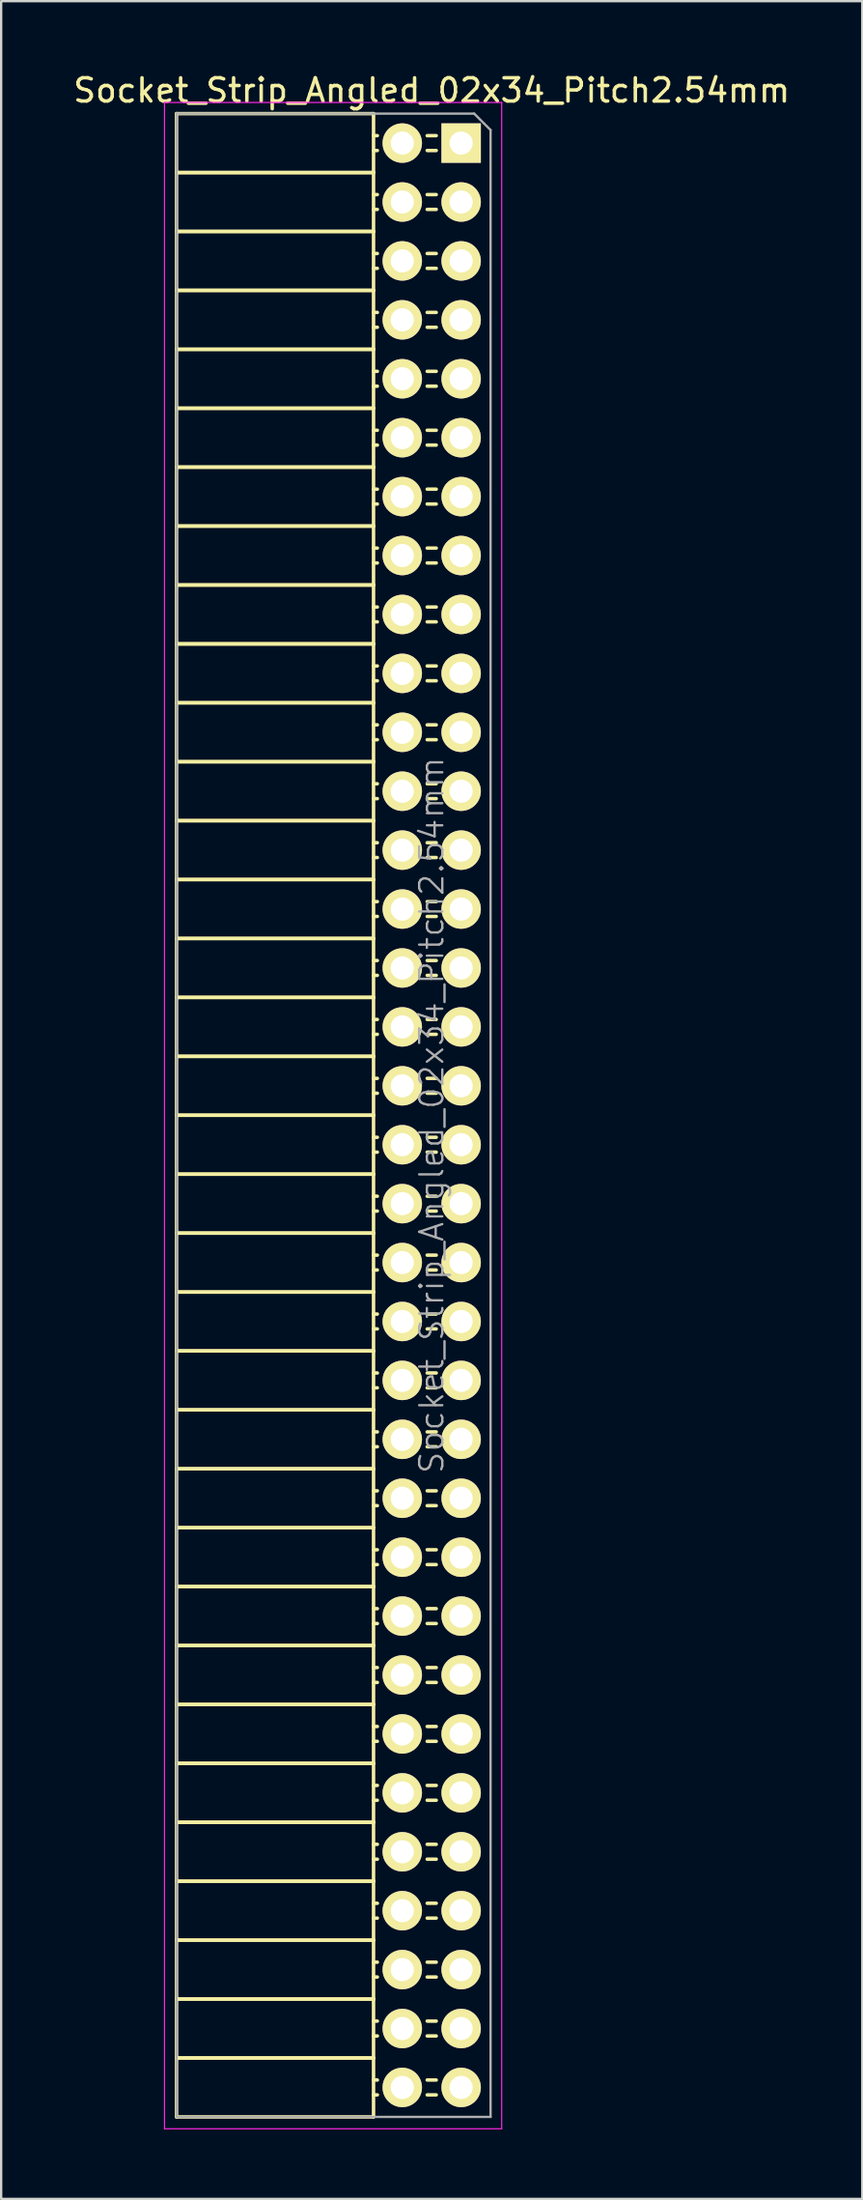
<source format=kicad_pcb>
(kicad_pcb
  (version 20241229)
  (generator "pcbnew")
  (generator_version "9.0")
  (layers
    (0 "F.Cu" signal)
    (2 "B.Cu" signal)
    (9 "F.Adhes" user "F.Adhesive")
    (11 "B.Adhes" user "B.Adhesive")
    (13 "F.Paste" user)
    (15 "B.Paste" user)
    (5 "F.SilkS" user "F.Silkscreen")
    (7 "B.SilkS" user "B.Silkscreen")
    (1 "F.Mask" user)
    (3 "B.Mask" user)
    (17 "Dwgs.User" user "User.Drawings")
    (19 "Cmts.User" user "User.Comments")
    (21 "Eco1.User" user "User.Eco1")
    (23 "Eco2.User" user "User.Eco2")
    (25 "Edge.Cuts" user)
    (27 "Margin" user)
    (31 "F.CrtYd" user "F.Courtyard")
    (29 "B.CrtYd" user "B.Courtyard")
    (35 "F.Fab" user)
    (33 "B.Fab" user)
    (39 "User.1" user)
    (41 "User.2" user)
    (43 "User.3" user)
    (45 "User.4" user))
  (footprint "Socket_Strip_Angled_02x34_Pitch2.54mm"
    (layer "F.Cu")
    (at 16.847 3.118)
    (property "Reference" "Socket_Strip_Angled_02x34_Pitch2.54mm" (at -1.27 -2.27 0) (layer "F.SilkS") (effects (font (size 1 1) (thickness 0.15))))
    (attr smd)
    (fp_line (start -12.28 -1.27) (end -12.28 1.27) (stroke (width 0.15) (type solid)) (layer "F.SilkS"))
    (fp_line (start -12.28 -1.27) (end -3.78 -1.27) (stroke (width 0.15) (type solid)) (layer "F.SilkS"))
    (fp_line (start -12.28 1.27) (end -12.28 3.81) (stroke (width 0.15) (type solid)) (layer "F.SilkS"))
    (fp_line (start -12.28 1.27) (end -3.78 1.27) (stroke (width 0.15) (type solid)) (layer "F.SilkS"))
    (fp_line (start -12.28 1.27) (end -3.78 1.27) (stroke (width 0.15) (type solid)) (layer "F.SilkS"))
    (fp_line (start -12.28 3.81) (end -12.28 6.35) (stroke (width 0.15) (type solid)) (layer "F.SilkS"))
    (fp_line (start -12.28 3.81) (end -3.78 3.81) (stroke (width 0.15) (type solid)) (layer "F.SilkS"))
    (fp_line (start -12.28 3.81) (end -3.78 3.81) (stroke (width 0.15) (type solid)) (layer "F.SilkS"))
    (fp_line (start -12.28 6.35) (end -12.28 8.89) (stroke (width 0.15) (type solid)) (layer "F.SilkS"))
    (fp_line (start -12.28 6.35) (end -3.78 6.35) (stroke (width 0.15) (type solid)) (layer "F.SilkS"))
    (fp_line (start -12.28 6.35) (end -3.78 6.35) (stroke (width 0.15) (type solid)) (layer "F.SilkS"))
    (fp_line (start -12.28 8.89) (end -12.28 11.43) (stroke (width 0.15) (type solid)) (layer "F.SilkS"))
    (fp_line (start -12.28 8.89) (end -3.78 8.89) (stroke (width 0.15) (type solid)) (layer "F.SilkS"))
    (fp_line (start -12.28 8.89) (end -3.78 8.89) (stroke (width 0.15) (type solid)) (layer "F.SilkS"))
    (fp_line (start -12.28 11.43) (end -12.28 13.97) (stroke (width 0.15) (type solid)) (layer "F.SilkS"))
    (fp_line (start -12.28 11.43) (end -3.78 11.43) (stroke (width 0.15) (type solid)) (layer "F.SilkS"))
    (fp_line (start -12.28 11.43) (end -3.78 11.43) (stroke (width 0.15) (type solid)) (layer "F.SilkS"))
    (fp_line (start -12.28 13.97) (end -12.28 16.51) (stroke (width 0.15) (type solid)) (layer "F.SilkS"))
    (fp_line (start -12.28 13.97) (end -3.78 13.97) (stroke (width 0.15) (type solid)) (layer "F.SilkS"))
    (fp_line (start -12.28 13.97) (end -3.78 13.97) (stroke (width 0.15) (type solid)) (layer "F.SilkS"))
    (fp_line (start -12.28 16.51) (end -12.28 19.05) (stroke (width 0.15) (type solid)) (layer "F.SilkS"))
    (fp_line (start -12.28 16.51) (end -3.78 16.51) (stroke (width 0.15) (type solid)) (layer "F.SilkS"))
    (fp_line (start -12.28 16.51) (end -3.78 16.51) (stroke (width 0.15) (type solid)) (layer "F.SilkS"))
    (fp_line (start -12.28 19.05) (end -12.28 21.59) (stroke (width 0.15) (type solid)) (layer "F.SilkS"))
    (fp_line (start -12.28 19.05) (end -3.78 19.05) (stroke (width 0.15) (type solid)) (layer "F.SilkS"))
    (fp_line (start -12.28 19.05) (end -3.78 19.05) (stroke (width 0.15) (type solid)) (layer "F.SilkS"))
    (fp_line (start -12.28 21.59) (end -12.28 24.13) (stroke (width 0.15) (type solid)) (layer "F.SilkS"))
    (fp_line (start -12.28 21.59) (end -3.78 21.59) (stroke (width 0.15) (type solid)) (layer "F.SilkS"))
    (fp_line (start -12.28 21.59) (end -3.78 21.59) (stroke (width 0.15) (type solid)) (layer "F.SilkS"))
    (fp_line (start -12.28 24.13) (end -12.28 26.67) (stroke (width 0.15) (type solid)) (layer "F.SilkS"))
    (fp_line (start -12.28 24.13) (end -3.78 24.13) (stroke (width 0.15) (type solid)) (layer "F.SilkS"))
    (fp_line (start -12.28 24.13) (end -3.78 24.13) (stroke (width 0.15) (type solid)) (layer "F.SilkS"))
    (fp_line (start -12.28 26.67) (end -12.28 29.21) (stroke (width 0.15) (type solid)) (layer "F.SilkS"))
    (fp_line (start -12.28 26.67) (end -3.78 26.67) (stroke (width 0.15) (type solid)) (layer "F.SilkS"))
    (fp_line (start -12.28 26.67) (end -3.78 26.67) (stroke (width 0.15) (type solid)) (layer "F.SilkS"))
    (fp_line (start -12.28 29.21) (end -12.28 31.75) (stroke (width 0.15) (type solid)) (layer "F.SilkS"))
    (fp_line (start -12.28 29.21) (end -3.78 29.21) (stroke (width 0.15) (type solid)) (layer "F.SilkS"))
    (fp_line (start -12.28 29.21) (end -3.78 29.21) (stroke (width 0.15) (type solid)) (layer "F.SilkS"))
    (fp_line (start -12.28 31.75) (end -12.28 34.29) (stroke (width 0.15) (type solid)) (layer "F.SilkS"))
    (fp_line (start -12.28 31.75) (end -3.78 31.75) (stroke (width 0.15) (type solid)) (layer "F.SilkS"))
    (fp_line (start -12.28 31.75) (end -3.78 31.75) (stroke (width 0.15) (type solid)) (layer "F.SilkS"))
    (fp_line (start -12.28 34.29) (end -12.28 36.83) (stroke (width 0.15) (type solid)) (layer "F.SilkS"))
    (fp_line (start -12.28 34.29) (end -3.78 34.29) (stroke (width 0.15) (type solid)) (layer "F.SilkS"))
    (fp_line (start -12.28 34.29) (end -3.78 34.29) (stroke (width 0.15) (type solid)) (layer "F.SilkS"))
    (fp_line (start -12.28 36.83) (end -12.28 39.37) (stroke (width 0.15) (type solid)) (layer "F.SilkS"))
    (fp_line (start -12.28 36.83) (end -3.78 36.83) (stroke (width 0.15) (type solid)) (layer "F.SilkS"))
    (fp_line (start -12.28 36.83) (end -3.78 36.83) (stroke (width 0.15) (type solid)) (layer "F.SilkS"))
    (fp_line (start -12.28 39.37) (end -12.28 41.91) (stroke (width 0.15) (type solid)) (layer "F.SilkS"))
    (fp_line (start -12.28 39.37) (end -3.78 39.37) (stroke (width 0.15) (type solid)) (layer "F.SilkS"))
    (fp_line (start -12.28 39.37) (end -3.78 39.37) (stroke (width 0.15) (type solid)) (layer "F.SilkS"))
    (fp_line (start -12.28 41.91) (end -12.28 44.45) (stroke (width 0.15) (type solid)) (layer "F.SilkS"))
    (fp_line (start -12.28 41.91) (end -3.78 41.91) (stroke (width 0.15) (type solid)) (layer "F.SilkS"))
    (fp_line (start -12.28 41.91) (end -3.78 41.91) (stroke (width 0.15) (type solid)) (layer "F.SilkS"))
    (fp_line (start -12.28 44.45) (end -12.28 46.99) (stroke (width 0.15) (type solid)) (layer "F.SilkS"))
    (fp_line (start -12.28 44.45) (end -3.78 44.45) (stroke (width 0.15) (type solid)) (layer "F.SilkS"))
    (fp_line (start -12.28 44.45) (end -3.78 44.45) (stroke (width 0.15) (type solid)) (layer "F.SilkS"))
    (fp_line (start -12.28 46.99) (end -12.28 49.53) (stroke (width 0.15) (type solid)) (layer "F.SilkS"))
    (fp_line (start -12.28 46.99) (end -3.78 46.99) (stroke (width 0.15) (type solid)) (layer "F.SilkS"))
    (fp_line (start -12.28 46.99) (end -3.78 46.99) (stroke (width 0.15) (type solid)) (layer "F.SilkS"))
    (fp_line (start -12.28 49.53) (end -12.28 52.07) (stroke (width 0.15) (type solid)) (layer "F.SilkS"))
    (fp_line (start -12.28 49.53) (end -3.78 49.53) (stroke (width 0.15) (type solid)) (layer "F.SilkS"))
    (fp_line (start -12.28 49.53) (end -3.78 49.53) (stroke (width 0.15) (type solid)) (layer "F.SilkS"))
    (fp_line (start -12.28 52.07) (end -12.28 54.61) (stroke (width 0.15) (type solid)) (layer "F.SilkS"))
    (fp_line (start -12.28 52.07) (end -3.78 52.07) (stroke (width 0.15) (type solid)) (layer "F.SilkS"))
    (fp_line (start -12.28 52.07) (end -3.78 52.07) (stroke (width 0.15) (type solid)) (layer "F.SilkS"))
    (fp_line (start -12.28 54.61) (end -12.28 57.15) (stroke (width 0.15) (type solid)) (layer "F.SilkS"))
    (fp_line (start -12.28 54.61) (end -3.78 54.61) (stroke (width 0.15) (type solid)) (layer "F.SilkS"))
    (fp_line (start -12.28 54.61) (end -3.78 54.61) (stroke (width 0.15) (type solid)) (layer "F.SilkS"))
    (fp_line (start -12.28 57.15) (end -12.28 59.69) (stroke (width 0.15) (type solid)) (layer "F.SilkS"))
    (fp_line (start -12.28 57.15) (end -3.78 57.15) (stroke (width 0.15) (type solid)) (layer "F.SilkS"))
    (fp_line (start -12.28 57.15) (end -3.78 57.15) (stroke (width 0.15) (type solid)) (layer "F.SilkS"))
    (fp_line (start -12.28 59.69) (end -12.28 62.23) (stroke (width 0.15) (type solid)) (layer "F.SilkS"))
    (fp_line (start -12.28 59.69) (end -3.78 59.69) (stroke (width 0.15) (type solid)) (layer "F.SilkS"))
    (fp_line (start -12.28 59.69) (end -3.78 59.69) (stroke (width 0.15) (type solid)) (layer "F.SilkS"))
    (fp_line (start -12.28 62.23) (end -12.28 64.77) (stroke (width 0.15) (type solid)) (layer "F.SilkS"))
    (fp_line (start -12.28 62.23) (end -3.78 62.23) (stroke (width 0.15) (type solid)) (layer "F.SilkS"))
    (fp_line (start -12.28 62.23) (end -3.78 62.23) (stroke (width 0.15) (type solid)) (layer "F.SilkS"))
    (fp_line (start -12.28 64.77) (end -12.28 67.31) (stroke (width 0.15) (type solid)) (layer "F.SilkS"))
    (fp_line (start -12.28 64.77) (end -3.78 64.77) (stroke (width 0.15) (type solid)) (layer "F.SilkS"))
    (fp_line (start -12.28 64.77) (end -3.78 64.77) (stroke (width 0.15) (type solid)) (layer "F.SilkS"))
    (fp_line (start -12.28 67.31) (end -12.28 69.85) (stroke (width 0.15) (type solid)) (layer "F.SilkS"))
    (fp_line (start -12.28 67.31) (end -3.78 67.31) (stroke (width 0.15) (type solid)) (layer "F.SilkS"))
    (fp_line (start -12.28 67.31) (end -3.78 67.31) (stroke (width 0.15) (type solid)) (layer "F.SilkS"))
    (fp_line (start -12.28 69.85) (end -12.28 72.39) (stroke (width 0.15) (type solid)) (layer "F.SilkS"))
    (fp_line (start -12.28 69.85) (end -3.78 69.85) (stroke (width 0.15) (type solid)) (layer "F.SilkS"))
    (fp_line (start -12.28 69.85) (end -3.78 69.85) (stroke (width 0.15) (type solid)) (layer "F.SilkS"))
    (fp_line (start -12.28 72.39) (end -12.28 74.93) (stroke (width 0.15) (type solid)) (layer "F.SilkS"))
    (fp_line (start -12.28 72.39) (end -3.78 72.39) (stroke (width 0.15) (type solid)) (layer "F.SilkS"))
    (fp_line (start -12.28 72.39) (end -3.78 72.39) (stroke (width 0.15) (type solid)) (layer "F.SilkS"))
    (fp_line (start -12.28 74.93) (end -12.28 77.47) (stroke (width 0.15) (type solid)) (layer "F.SilkS"))
    (fp_line (start -12.28 74.93) (end -3.78 74.93) (stroke (width 0.15) (type solid)) (layer "F.SilkS"))
    (fp_line (start -12.28 74.93) (end -3.78 74.93) (stroke (width 0.15) (type solid)) (layer "F.SilkS"))
    (fp_line (start -12.28 77.47) (end -12.28 80.01) (stroke (width 0.15) (type solid)) (layer "F.SilkS"))
    (fp_line (start -12.28 77.47) (end -3.78 77.47) (stroke (width 0.15) (type solid)) (layer "F.SilkS"))
    (fp_line (start -12.28 77.47) (end -3.78 77.47) (stroke (width 0.15) (type solid)) (layer "F.SilkS"))
    (fp_line (start -12.28 80.01) (end -12.28 82.55) (stroke (width 0.15) (type solid)) (layer "F.SilkS"))
    (fp_line (start -12.28 80.01) (end -3.78 80.01) (stroke (width 0.15) (type solid)) (layer "F.SilkS"))
    (fp_line (start -12.28 80.01) (end -3.78 80.01) (stroke (width 0.15) (type solid)) (layer "F.SilkS"))
    (fp_line (start -12.28 82.55) (end -12.28 85.09) (stroke (width 0.15) (type solid)) (layer "F.SilkS"))
    (fp_line (start -12.28 82.55) (end -3.78 82.55) (stroke (width 0.15) (type solid)) (layer "F.SilkS"))
    (fp_line (start -12.28 82.55) (end -3.78 82.55) (stroke (width 0.15) (type solid)) (layer "F.SilkS"))
    (fp_line (start -12.28 85.09) (end -3.78 85.09) (stroke (width 0.15) (type solid)) (layer "F.SilkS"))
    (fp_line (start -3.78 -1.27) (end -3.78 1.27) (stroke (width 0.15) (type solid)) (layer "F.SilkS"))
    (fp_line (start -3.78 -0.32) (end -3.615 -0.32) (stroke (width 0.15) (type solid)) (layer "F.SilkS"))
    (fp_line (start -3.78 0.32) (end -3.615 0.32) (stroke (width 0.15) (type solid)) (layer "F.SilkS"))
    (fp_line (start -3.78 1.27) (end -3.78 3.81) (stroke (width 0.15) (type solid)) (layer "F.SilkS"))
    (fp_line (start -3.78 2.22) (end -3.615 2.22) (stroke (width 0.15) (type solid)) (layer "F.SilkS"))
    (fp_line (start -3.78 2.86) (end -3.615 2.86) (stroke (width 0.15) (type solid)) (layer "F.SilkS"))
    (fp_line (start -3.78 3.81) (end -3.78 6.35) (stroke (width 0.15) (type solid)) (layer "F.SilkS"))
    (fp_line (start -3.78 4.76) (end -3.615 4.76) (stroke (width 0.15) (type solid)) (layer "F.SilkS"))
    (fp_line (start -3.78 5.4) (end -3.615 5.4) (stroke (width 0.15) (type solid)) (layer "F.SilkS"))
    (fp_line (start -3.78 6.35) (end -3.78 8.89) (stroke (width 0.15) (type solid)) (layer "F.SilkS"))
    (fp_line (start -3.78 7.3) (end -3.615 7.3) (stroke (width 0.15) (type solid)) (layer "F.SilkS"))
    (fp_line (start -3.78 7.94) (end -3.615 7.94) (stroke (width 0.15) (type solid)) (layer "F.SilkS"))
    (fp_line (start -3.78 8.89) (end -3.78 11.43) (stroke (width 0.15) (type solid)) (layer "F.SilkS"))
    (fp_line (start -3.78 9.84) (end -3.615 9.84) (stroke (width 0.15) (type solid)) (layer "F.SilkS"))
    (fp_line (start -3.78 10.48) (end -3.615 10.48) (stroke (width 0.15) (type solid)) (layer "F.SilkS"))
    (fp_line (start -3.78 11.43) (end -3.78 13.97) (stroke (width 0.15) (type solid)) (layer "F.SilkS"))
    (fp_line (start -3.78 12.38) (end -3.615 12.38) (stroke (width 0.15) (type solid)) (layer "F.SilkS"))
    (fp_line (start -3.78 13.02) (end -3.615 13.02) (stroke (width 0.15) (type solid)) (layer "F.SilkS"))
    (fp_line (start -3.78 13.97) (end -3.78 16.51) (stroke (width 0.15) (type solid)) (layer "F.SilkS"))
    (fp_line (start -3.78 14.92) (end -3.615 14.92) (stroke (width 0.15) (type solid)) (layer "F.SilkS"))
    (fp_line (start -3.78 15.56) (end -3.615 15.56) (stroke (width 0.15) (type solid)) (layer "F.SilkS"))
    (fp_line (start -3.78 16.51) (end -3.78 19.05) (stroke (width 0.15) (type solid)) (layer "F.SilkS"))
    (fp_line (start -3.78 17.46) (end -3.615 17.46) (stroke (width 0.15) (type solid)) (layer "F.SilkS"))
    (fp_line (start -3.78 18.1) (end -3.615 18.1) (stroke (width 0.15) (type solid)) (layer "F.SilkS"))
    (fp_line (start -3.78 19.05) (end -3.78 21.59) (stroke (width 0.15) (type solid)) (layer "F.SilkS"))
    (fp_line (start -3.78 20) (end -3.615 20) (stroke (width 0.15) (type solid)) (layer "F.SilkS"))
    (fp_line (start -3.78 20.64) (end -3.615 20.64) (stroke (width 0.15) (type solid)) (layer "F.SilkS"))
    (fp_line (start -3.78 21.59) (end -3.78 24.13) (stroke (width 0.15) (type solid)) (layer "F.SilkS"))
    (fp_line (start -3.78 22.54) (end -3.615 22.54) (stroke (width 0.15) (type solid)) (layer "F.SilkS"))
    (fp_line (start -3.78 23.18) (end -3.615 23.18) (stroke (width 0.15) (type solid)) (layer "F.SilkS"))
    (fp_line (start -3.78 24.13) (end -3.78 26.67) (stroke (width 0.15) (type solid)) (layer "F.SilkS"))
    (fp_line (start -3.78 25.08) (end -3.615 25.08) (stroke (width 0.15) (type solid)) (layer "F.SilkS"))
    (fp_line (start -3.78 25.72) (end -3.615 25.72) (stroke (width 0.15) (type solid)) (layer "F.SilkS"))
    (fp_line (start -3.78 26.67) (end -3.78 29.21) (stroke (width 0.15) (type solid)) (layer "F.SilkS"))
    (fp_line (start -3.78 27.62) (end -3.615 27.62) (stroke (width 0.15) (type solid)) (layer "F.SilkS"))
    (fp_line (start -3.78 28.26) (end -3.615 28.26) (stroke (width 0.15) (type solid)) (layer "F.SilkS"))
    (fp_line (start -3.78 29.21) (end -3.78 31.75) (stroke (width 0.15) (type solid)) (layer "F.SilkS"))
    (fp_line (start -3.78 30.16) (end -3.615 30.16) (stroke (width 0.15) (type solid)) (layer "F.SilkS"))
    (fp_line (start -3.78 30.8) (end -3.615 30.8) (stroke (width 0.15) (type solid)) (layer "F.SilkS"))
    (fp_line (start -3.78 31.75) (end -3.78 34.29) (stroke (width 0.15) (type solid)) (layer "F.SilkS"))
    (fp_line (start -3.78 32.7) (end -3.615 32.7) (stroke (width 0.15) (type solid)) (layer "F.SilkS"))
    (fp_line (start -3.78 33.34) (end -3.615 33.34) (stroke (width 0.15) (type solid)) (layer "F.SilkS"))
    (fp_line (start -3.78 34.29) (end -3.78 36.83) (stroke (width 0.15) (type solid)) (layer "F.SilkS"))
    (fp_line (start -3.78 35.24) (end -3.615 35.24) (stroke (width 0.15) (type solid)) (layer "F.SilkS"))
    (fp_line (start -3.78 35.88) (end -3.615 35.88) (stroke (width 0.15) (type solid)) (layer "F.SilkS"))
    (fp_line (start -3.78 36.83) (end -3.78 39.37) (stroke (width 0.15) (type solid)) (layer "F.SilkS"))
    (fp_line (start -3.78 37.78) (end -3.615 37.78) (stroke (width 0.15) (type solid)) (layer "F.SilkS"))
    (fp_line (start -3.78 38.42) (end -3.615 38.42) (stroke (width 0.15) (type solid)) (layer "F.SilkS"))
    (fp_line (start -3.78 39.37) (end -3.78 41.91) (stroke (width 0.15) (type solid)) (layer "F.SilkS"))
    (fp_line (start -3.78 40.32) (end -3.615 40.32) (stroke (width 0.15) (type solid)) (layer "F.SilkS"))
    (fp_line (start -3.78 40.96) (end -3.615 40.96) (stroke (width 0.15) (type solid)) (layer "F.SilkS"))
    (fp_line (start -3.78 41.91) (end -3.78 44.45) (stroke (width 0.15) (type solid)) (layer "F.SilkS"))
    (fp_line (start -3.78 42.86) (end -3.615 42.86) (stroke (width 0.15) (type solid)) (layer "F.SilkS"))
    (fp_line (start -3.78 43.5) (end -3.615 43.5) (stroke (width 0.15) (type solid)) (layer "F.SilkS"))
    (fp_line (start -3.78 44.45) (end -3.78 46.99) (stroke (width 0.15) (type solid)) (layer "F.SilkS"))
    (fp_line (start -3.78 45.4) (end -3.615 45.4) (stroke (width 0.15) (type solid)) (layer "F.SilkS"))
    (fp_line (start -3.78 46.04) (end -3.615 46.04) (stroke (width 0.15) (type solid)) (layer "F.SilkS"))
    (fp_line (start -3.78 46.99) (end -3.78 49.53) (stroke (width 0.15) (type solid)) (layer "F.SilkS"))
    (fp_line (start -3.78 47.94) (end -3.615 47.94) (stroke (width 0.15) (type solid)) (layer "F.SilkS"))
    (fp_line (start -3.78 48.58) (end -3.615 48.58) (stroke (width 0.15) (type solid)) (layer "F.SilkS"))
    (fp_line (start -3.78 49.53) (end -3.78 52.07) (stroke (width 0.15) (type solid)) (layer "F.SilkS"))
    (fp_line (start -3.78 50.48) (end -3.615 50.48) (stroke (width 0.15) (type solid)) (layer "F.SilkS"))
    (fp_line (start -3.78 51.12) (end -3.615 51.12) (stroke (width 0.15) (type solid)) (layer "F.SilkS"))
    (fp_line (start -3.78 52.07) (end -3.78 54.61) (stroke (width 0.15) (type solid)) (layer "F.SilkS"))
    (fp_line (start -3.78 53.02) (end -3.615 53.02) (stroke (width 0.15) (type solid)) (layer "F.SilkS"))
    (fp_line (start -3.78 53.66) (end -3.615 53.66) (stroke (width 0.15) (type solid)) (layer "F.SilkS"))
    (fp_line (start -3.78 54.61) (end -3.78 57.15) (stroke (width 0.15) (type solid)) (layer "F.SilkS"))
    (fp_line (start -3.78 55.56) (end -3.615 55.56) (stroke (width 0.15) (type solid)) (layer "F.SilkS"))
    (fp_line (start -3.78 56.2) (end -3.615 56.2) (stroke (width 0.15) (type solid)) (layer "F.SilkS"))
    (fp_line (start -3.78 57.15) (end -3.78 59.69) (stroke (width 0.15) (type solid)) (layer "F.SilkS"))
    (fp_line (start -3.78 58.1) (end -3.615 58.1) (stroke (width 0.15) (type solid)) (layer "F.SilkS"))
    (fp_line (start -3.78 58.74) (end -3.615 58.74) (stroke (width 0.15) (type solid)) (layer "F.SilkS"))
    (fp_line (start -3.78 59.69) (end -3.78 62.23) (stroke (width 0.15) (type solid)) (layer "F.SilkS"))
    (fp_line (start -3.78 60.64) (end -3.615 60.64) (stroke (width 0.15) (type solid)) (layer "F.SilkS"))
    (fp_line (start -3.78 61.28) (end -3.615 61.28) (stroke (width 0.15) (type solid)) (layer "F.SilkS"))
    (fp_line (start -3.78 62.23) (end -3.78 64.77) (stroke (width 0.15) (type solid)) (layer "F.SilkS"))
    (fp_line (start -3.78 63.18) (end -3.615 63.18) (stroke (width 0.15) (type solid)) (layer "F.SilkS"))
    (fp_line (start -3.78 63.82) (end -3.615 63.82) (stroke (width 0.15) (type solid)) (layer "F.SilkS"))
    (fp_line (start -3.78 64.77) (end -3.78 67.31) (stroke (width 0.15) (type solid)) (layer "F.SilkS"))
    (fp_line (start -3.78 65.72) (end -3.615 65.72) (stroke (width 0.15) (type solid)) (layer "F.SilkS"))
    (fp_line (start -3.78 66.36) (end -3.615 66.36) (stroke (width 0.15) (type solid)) (layer "F.SilkS"))
    (fp_line (start -3.78 67.31) (end -3.78 69.85) (stroke (width 0.15) (type solid)) (layer "F.SilkS"))
    (fp_line (start -3.78 68.26) (end -3.615 68.26) (stroke (width 0.15) (type solid)) (layer "F.SilkS"))
    (fp_line (start -3.78 68.9) (end -3.615 68.9) (stroke (width 0.15) (type solid)) (layer "F.SilkS"))
    (fp_line (start -3.78 69.85) (end -3.78 72.39) (stroke (width 0.15) (type solid)) (layer "F.SilkS"))
    (fp_line (start -3.78 70.8) (end -3.615 70.8) (stroke (width 0.15) (type solid)) (layer "F.SilkS"))
    (fp_line (start -3.78 71.44) (end -3.615 71.44) (stroke (width 0.15) (type solid)) (layer "F.SilkS"))
    (fp_line (start -3.78 72.39) (end -3.78 74.93) (stroke (width 0.15) (type solid)) (layer "F.SilkS"))
    (fp_line (start -3.78 73.34) (end -3.615 73.34) (stroke (width 0.15) (type solid)) (layer "F.SilkS"))
    (fp_line (start -3.78 73.98) (end -3.615 73.98) (stroke (width 0.15) (type solid)) (layer "F.SilkS"))
    (fp_line (start -3.78 74.93) (end -3.78 77.47) (stroke (width 0.15) (type solid)) (layer "F.SilkS"))
    (fp_line (start -3.78 75.88) (end -3.615 75.88) (stroke (width 0.15) (type solid)) (layer "F.SilkS"))
    (fp_line (start -3.78 76.52) (end -3.615 76.52) (stroke (width 0.15) (type solid)) (layer "F.SilkS"))
    (fp_line (start -3.78 77.47) (end -3.78 80.01) (stroke (width 0.15) (type solid)) (layer "F.SilkS"))
    (fp_line (start -3.78 78.42) (end -3.615 78.42) (stroke (width 0.15) (type solid)) (layer "F.SilkS"))
    (fp_line (start -3.78 79.06) (end -3.615 79.06) (stroke (width 0.15) (type solid)) (layer "F.SilkS"))
    (fp_line (start -3.78 80.01) (end -3.78 82.55) (stroke (width 0.15) (type solid)) (layer "F.SilkS"))
    (fp_line (start -3.78 80.96) (end -3.615 80.96) (stroke (width 0.15) (type solid)) (layer "F.SilkS"))
    (fp_line (start -3.78 81.6) (end -3.615 81.6) (stroke (width 0.15) (type solid)) (layer "F.SilkS"))
    (fp_line (start -3.78 82.55) (end -3.78 85.09) (stroke (width 0.15) (type solid)) (layer "F.SilkS"))
    (fp_line (start -3.78 83.5) (end -3.615 83.5) (stroke (width 0.15) (type solid)) (layer "F.SilkS"))
    (fp_line (start -3.78 84.14) (end -3.615 84.14) (stroke (width 0.15) (type solid)) (layer "F.SilkS"))
    (fp_line (start -1.075 -0.32) (end -1.465 -0.32) (stroke (width 0.15) (type solid)) (layer "F.SilkS"))
    (fp_line (start -1.075 0.32) (end -1.465 0.32) (stroke (width 0.15) (type solid)) (layer "F.SilkS"))
    (fp_line (start -1.075 2.22) (end -1.465 2.22) (stroke (width 0.15) (type solid)) (layer "F.SilkS"))
    (fp_line (start -1.075 2.86) (end -1.465 2.86) (stroke (width 0.15) (type solid)) (layer "F.SilkS"))
    (fp_line (start -1.075 4.76) (end -1.465 4.76) (stroke (width 0.15) (type solid)) (layer "F.SilkS"))
    (fp_line (start -1.075 5.4) (end -1.465 5.4) (stroke (width 0.15) (type solid)) (layer "F.SilkS"))
    (fp_line (start -1.075 7.3) (end -1.465 7.3) (stroke (width 0.15) (type solid)) (layer "F.SilkS"))
    (fp_line (start -1.075 7.94) (end -1.465 7.94) (stroke (width 0.15) (type solid)) (layer "F.SilkS"))
    (fp_line (start -1.075 9.84) (end -1.465 9.84) (stroke (width 0.15) (type solid)) (layer "F.SilkS"))
    (fp_line (start -1.075 10.48) (end -1.465 10.48) (stroke (width 0.15) (type solid)) (layer "F.SilkS"))
    (fp_line (start -1.075 12.38) (end -1.465 12.38) (stroke (width 0.15) (type solid)) (layer "F.SilkS"))
    (fp_line (start -1.075 13.02) (end -1.465 13.02) (stroke (width 0.15) (type solid)) (layer "F.SilkS"))
    (fp_line (start -1.075 14.92) (end -1.465 14.92) (stroke (width 0.15) (type solid)) (layer "F.SilkS"))
    (fp_line (start -1.075 15.56) (end -1.465 15.56) (stroke (width 0.15) (type solid)) (layer "F.SilkS"))
    (fp_line (start -1.075 17.46) (end -1.465 17.46) (stroke (width 0.15) (type solid)) (layer "F.SilkS"))
    (fp_line (start -1.075 18.1) (end -1.465 18.1) (stroke (width 0.15) (type solid)) (layer "F.SilkS"))
    (fp_line (start -1.075 20) (end -1.465 20) (stroke (width 0.15) (type solid)) (layer "F.SilkS"))
    (fp_line (start -1.075 20.64) (end -1.465 20.64) (stroke (width 0.15) (type solid)) (layer "F.SilkS"))
    (fp_line (start -1.075 22.54) (end -1.465 22.54) (stroke (width 0.15) (type solid)) (layer "F.SilkS"))
    (fp_line (start -1.075 23.18) (end -1.465 23.18) (stroke (width 0.15) (type solid)) (layer "F.SilkS"))
    (fp_line (start -1.075 25.08) (end -1.465 25.08) (stroke (width 0.15) (type solid)) (layer "F.SilkS"))
    (fp_line (start -1.075 25.72) (end -1.465 25.72) (stroke (width 0.15) (type solid)) (layer "F.SilkS"))
    (fp_line (start -1.075 27.62) (end -1.465 27.62) (stroke (width 0.15) (type solid)) (layer "F.SilkS"))
    (fp_line (start -1.075 28.26) (end -1.465 28.26) (stroke (width 0.15) (type solid)) (layer "F.SilkS"))
    (fp_line (start -1.075 30.16) (end -1.465 30.16) (stroke (width 0.15) (type solid)) (layer "F.SilkS"))
    (fp_line (start -1.075 30.8) (end -1.465 30.8) (stroke (width 0.15) (type solid)) (layer "F.SilkS"))
    (fp_line (start -1.075 32.7) (end -1.465 32.7) (stroke (width 0.15) (type solid)) (layer "F.SilkS"))
    (fp_line (start -1.075 33.34) (end -1.465 33.34) (stroke (width 0.15) (type solid)) (layer "F.SilkS"))
    (fp_line (start -1.075 35.24) (end -1.465 35.24) (stroke (width 0.15) (type solid)) (layer "F.SilkS"))
    (fp_line (start -1.075 35.88) (end -1.465 35.88) (stroke (width 0.15) (type solid)) (layer "F.SilkS"))
    (fp_line (start -1.075 37.78) (end -1.465 37.78) (stroke (width 0.15) (type solid)) (layer "F.SilkS"))
    (fp_line (start -1.075 38.42) (end -1.465 38.42) (stroke (width 0.15) (type solid)) (layer "F.SilkS"))
    (fp_line (start -1.075 40.32) (end -1.465 40.32) (stroke (width 0.15) (type solid)) (layer "F.SilkS"))
    (fp_line (start -1.075 40.96) (end -1.465 40.96) (stroke (width 0.15) (type solid)) (layer "F.SilkS"))
    (fp_line (start -1.075 42.86) (end -1.465 42.86) (stroke (width 0.15) (type solid)) (layer "F.SilkS"))
    (fp_line (start -1.075 43.5) (end -1.465 43.5) (stroke (width 0.15) (type solid)) (layer "F.SilkS"))
    (fp_line (start -1.075 45.4) (end -1.465 45.4) (stroke (width 0.15) (type solid)) (layer "F.SilkS"))
    (fp_line (start -1.075 46.04) (end -1.465 46.04) (stroke (width 0.15) (type solid)) (layer "F.SilkS"))
    (fp_line (start -1.075 47.94) (end -1.465 47.94) (stroke (width 0.15) (type solid)) (layer "F.SilkS"))
    (fp_line (start -1.075 48.58) (end -1.465 48.58) (stroke (width 0.15) (type solid)) (layer "F.SilkS"))
    (fp_line (start -1.075 50.48) (end -1.465 50.48) (stroke (width 0.15) (type solid)) (layer "F.SilkS"))
    (fp_line (start -1.075 51.12) (end -1.465 51.12) (stroke (width 0.15) (type solid)) (layer "F.SilkS"))
    (fp_line (start -1.075 53.02) (end -1.465 53.02) (stroke (width 0.15) (type solid)) (layer "F.SilkS"))
    (fp_line (start -1.075 53.66) (end -1.465 53.66) (stroke (width 0.15) (type solid)) (layer "F.SilkS"))
    (fp_line (start -1.075 55.56) (end -1.465 55.56) (stroke (width 0.15) (type solid)) (layer "F.SilkS"))
    (fp_line (start -1.075 56.2) (end -1.465 56.2) (stroke (width 0.15) (type solid)) (layer "F.SilkS"))
    (fp_line (start -1.075 58.1) (end -1.465 58.1) (stroke (width 0.15) (type solid)) (layer "F.SilkS"))
    (fp_line (start -1.075 58.74) (end -1.465 58.74) (stroke (width 0.15) (type solid)) (layer "F.SilkS"))
    (fp_line (start -1.075 60.64) (end -1.465 60.64) (stroke (width 0.15) (type solid)) (layer "F.SilkS"))
    (fp_line (start -1.075 61.28) (end -1.465 61.28) (stroke (width 0.15) (type solid)) (layer "F.SilkS"))
    (fp_line (start -1.075 63.18) (end -1.465 63.18) (stroke (width 0.15) (type solid)) (layer "F.SilkS"))
    (fp_line (start -1.075 63.82) (end -1.465 63.82) (stroke (width 0.15) (type solid)) (layer "F.SilkS"))
    (fp_line (start -1.075 65.72) (end -1.465 65.72) (stroke (width 0.15) (type solid)) (layer "F.SilkS"))
    (fp_line (start -1.075 66.36) (end -1.465 66.36) (stroke (width 0.15) (type solid)) (layer "F.SilkS"))
    (fp_line (start -1.075 68.26) (end -1.465 68.26) (stroke (width 0.15) (type solid)) (layer "F.SilkS"))
    (fp_line (start -1.075 68.9) (end -1.465 68.9) (stroke (width 0.15) (type solid)) (layer "F.SilkS"))
    (fp_line (start -1.075 70.8) (end -1.465 70.8) (stroke (width 0.15) (type solid)) (layer "F.SilkS"))
    (fp_line (start -1.075 71.44) (end -1.465 71.44) (stroke (width 0.15) (type solid)) (layer "F.SilkS"))
    (fp_line (start -1.075 73.34) (end -1.465 73.34) (stroke (width 0.15) (type solid)) (layer "F.SilkS"))
    (fp_line (start -1.075 73.98) (end -1.465 73.98) (stroke (width 0.15) (type solid)) (layer "F.SilkS"))
    (fp_line (start -1.075 75.88) (end -1.465 75.88) (stroke (width 0.15) (type solid)) (layer "F.SilkS"))
    (fp_line (start -1.075 76.52) (end -1.465 76.52) (stroke (width 0.15) (type solid)) (layer "F.SilkS"))
    (fp_line (start -1.075 78.42) (end -1.465 78.42) (stroke (width 0.15) (type solid)) (layer "F.SilkS"))
    (fp_line (start -1.075 79.06) (end -1.465 79.06) (stroke (width 0.15) (type solid)) (layer "F.SilkS"))
    (fp_line (start -1.075 80.96) (end -1.465 80.96) (stroke (width 0.15) (type solid)) (layer "F.SilkS"))
    (fp_line (start -1.075 81.6) (end -1.465 81.6) (stroke (width 0.15) (type solid)) (layer "F.SilkS"))
    (fp_line (start -1.075 83.5) (end -1.465 83.5) (stroke (width 0.15) (type solid)) (layer "F.SilkS"))
    (fp_line (start -1.075 84.14) (end -1.465 84.14) (stroke (width 0.15) (type solid)) (layer "F.SilkS"))
    (fp_line (start -12.8 -1.75) (end 1.75 -1.75) (stroke (width 0.05) (type solid)) (layer "F.CrtYd"))
    (fp_line (start -12.8 85.6) (end -12.8 -1.75) (stroke (width 0.05) (type solid)) (layer "F.CrtYd"))
    (fp_line (start -12.8 85.6) (end 1.75 85.6) (stroke (width 0.05) (type solid)) (layer "F.CrtYd"))
    (fp_line (start 1.75 85.6) (end 1.75 -1.75) (stroke (width 0.05) (type solid)) (layer "F.CrtYd"))
    (fp_line (start -12.28 -1.27) (end 0.563 -1.27) (stroke (width 0.1) (type solid)) (layer "F.Fab"))
    (fp_line (start -12.28 85.09) (end -12.28 -1.27) (stroke (width 0.1) (type solid)) (layer "F.Fab"))
    (fp_line (start -12.28 85.09) (end 1.27 85.09) (stroke (width 0.1) (type solid)) (layer "F.Fab"))
    (fp_line (start 1.27 -0.563) (end 0.563 -1.27) (stroke (width 0.1) (type solid)) (layer "F.Fab"))
    (fp_line (start 1.27 85.09) (end 1.27 -0.563) (stroke (width 0.1) (type solid)) (layer "F.Fab"))
    (fp_text user "${REFERENCE}" (at -1.27 41.91 90) (layer "F.Fab") (effects (font (size 1 1) (thickness 0.1))))
    (pad "1" thru_hole rect (at 0 0) (size 1.7 1.7) (drill 1) (layers "*.Cu" "*.Mask" "F.SilkS"))
    (pad "2" thru_hole oval (at -2.54 0) (size 1.7 1.7) (drill 1) (layers "*.Cu" "*.Mask" "F.SilkS"))
    (pad "3" thru_hole oval (at 0 2.54) (size 1.7 1.7) (drill 1) (layers "*.Cu" "*.Mask" "F.SilkS"))
    (pad "4" thru_hole oval (at -2.54 2.54) (size 1.7 1.7) (drill 1) (layers "*.Cu" "*.Mask" "F.SilkS"))
    (pad "5" thru_hole oval (at 0 5.08) (size 1.7 1.7) (drill 1) (layers "*.Cu" "*.Mask" "F.SilkS"))
    (pad "6" thru_hole oval (at -2.54 5.08) (size 1.7 1.7) (drill 1) (layers "*.Cu" "*.Mask" "F.SilkS"))
    (pad "7" thru_hole oval (at 0 7.62) (size 1.7 1.7) (drill 1) (layers "*.Cu" "*.Mask" "F.SilkS"))
    (pad "8" thru_hole oval (at -2.54 7.62) (size 1.7 1.7) (drill 1) (layers "*.Cu" "*.Mask" "F.SilkS"))
    (pad "9" thru_hole oval (at 0 10.16) (size 1.7 1.7) (drill 1) (layers "*.Cu" "*.Mask" "F.SilkS"))
    (pad "10" thru_hole oval (at -2.54 10.16) (size 1.7 1.7) (drill 1) (layers "*.Cu" "*.Mask" "F.SilkS"))
    (pad "11" thru_hole oval (at 0 12.7) (size 1.7 1.7) (drill 1) (layers "*.Cu" "*.Mask" "F.SilkS"))
    (pad "12" thru_hole oval (at -2.54 12.7) (size 1.7 1.7) (drill 1) (layers "*.Cu" "*.Mask" "F.SilkS"))
    (pad "13" thru_hole oval (at 0 15.24) (size 1.7 1.7) (drill 1) (layers "*.Cu" "*.Mask" "F.SilkS"))
    (pad "14" thru_hole oval (at -2.54 15.24) (size 1.7 1.7) (drill 1) (layers "*.Cu" "*.Mask" "F.SilkS"))
    (pad "15" thru_hole oval (at 0 17.78) (size 1.7 1.7) (drill 1) (layers "*.Cu" "*.Mask" "F.SilkS"))
    (pad "16" thru_hole oval (at -2.54 17.78) (size 1.7 1.7) (drill 1) (layers "*.Cu" "*.Mask" "F.SilkS"))
    (pad "17" thru_hole oval (at 0 20.32) (size 1.7 1.7) (drill 1) (layers "*.Cu" "*.Mask" "F.SilkS"))
    (pad "18" thru_hole oval (at -2.54 20.32) (size 1.7 1.7) (drill 1) (layers "*.Cu" "*.Mask" "F.SilkS"))
    (pad "19" thru_hole oval (at 0 22.86) (size 1.7 1.7) (drill 1) (layers "*.Cu" "*.Mask" "F.SilkS"))
    (pad "20" thru_hole oval (at -2.54 22.86) (size 1.7 1.7) (drill 1) (layers "*.Cu" "*.Mask" "F.SilkS"))
    (pad "21" thru_hole oval (at 0 25.4) (size 1.7 1.7) (drill 1) (layers "*.Cu" "*.Mask" "F.SilkS"))
    (pad "22" thru_hole oval (at -2.54 25.4) (size 1.7 1.7) (drill 1) (layers "*.Cu" "*.Mask" "F.SilkS"))
    (pad "23" thru_hole oval (at 0 27.94) (size 1.7 1.7) (drill 1) (layers "*.Cu" "*.Mask" "F.SilkS"))
    (pad "24" thru_hole oval (at -2.54 27.94) (size 1.7 1.7) (drill 1) (layers "*.Cu" "*.Mask" "F.SilkS"))
    (pad "25" thru_hole oval (at 0 30.48) (size 1.7 1.7) (drill 1) (layers "*.Cu" "*.Mask" "F.SilkS"))
    (pad "26" thru_hole oval (at -2.54 30.48) (size 1.7 1.7) (drill 1) (layers "*.Cu" "*.Mask" "F.SilkS"))
    (pad "27" thru_hole oval (at 0 33.02) (size 1.7 1.7) (drill 1) (layers "*.Cu" "*.Mask" "F.SilkS"))
    (pad "28" thru_hole oval (at -2.54 33.02) (size 1.7 1.7) (drill 1) (layers "*.Cu" "*.Mask" "F.SilkS"))
    (pad "29" thru_hole oval (at 0 35.56) (size 1.7 1.7) (drill 1) (layers "*.Cu" "*.Mask" "F.SilkS"))
    (pad "30" thru_hole oval (at -2.54 35.56) (size 1.7 1.7) (drill 1) (layers "*.Cu" "*.Mask" "F.SilkS"))
    (pad "31" thru_hole oval (at 0 38.1) (size 1.7 1.7) (drill 1) (layers "*.Cu" "*.Mask" "F.SilkS"))
    (pad "32" thru_hole oval (at -2.54 38.1) (size 1.7 1.7) (drill 1) (layers "*.Cu" "*.Mask" "F.SilkS"))
    (pad "33" thru_hole oval (at 0 40.64) (size 1.7 1.7) (drill 1) (layers "*.Cu" "*.Mask" "F.SilkS"))
    (pad "34" thru_hole oval (at -2.54 40.64) (size 1.7 1.7) (drill 1) (layers "*.Cu" "*.Mask" "F.SilkS"))
    (pad "35" thru_hole oval (at 0 43.18) (size 1.7 1.7) (drill 1) (layers "*.Cu" "*.Mask" "F.SilkS"))
    (pad "36" thru_hole oval (at -2.54 43.18) (size 1.7 1.7) (drill 1) (layers "*.Cu" "*.Mask" "F.SilkS"))
    (pad "37" thru_hole oval (at 0 45.72) (size 1.7 1.7) (drill 1) (layers "*.Cu" "*.Mask" "F.SilkS"))
    (pad "38" thru_hole oval (at -2.54 45.72) (size 1.7 1.7) (drill 1) (layers "*.Cu" "*.Mask" "F.SilkS"))
    (pad "39" thru_hole oval (at 0 48.26) (size 1.7 1.7) (drill 1) (layers "*.Cu" "*.Mask" "F.SilkS"))
    (pad "40" thru_hole oval (at -2.54 48.26) (size 1.7 1.7) (drill 1) (layers "*.Cu" "*.Mask" "F.SilkS"))
    (pad "41" thru_hole oval (at 0 50.8) (size 1.7 1.7) (drill 1) (layers "*.Cu" "*.Mask" "F.SilkS"))
    (pad "42" thru_hole oval (at -2.54 50.8) (size 1.7 1.7) (drill 1) (layers "*.Cu" "*.Mask" "F.SilkS"))
    (pad "43" thru_hole oval (at 0 53.34) (size 1.7 1.7) (drill 1) (layers "*.Cu" "*.Mask" "F.SilkS"))
    (pad "44" thru_hole oval (at -2.54 53.34) (size 1.7 1.7) (drill 1) (layers "*.Cu" "*.Mask" "F.SilkS"))
    (pad "45" thru_hole oval (at 0 55.88) (size 1.7 1.7) (drill 1) (layers "*.Cu" "*.Mask" "F.SilkS"))
    (pad "46" thru_hole oval (at -2.54 55.88) (size 1.7 1.7) (drill 1) (layers "*.Cu" "*.Mask" "F.SilkS"))
    (pad "47" thru_hole oval (at 0 58.42) (size 1.7 1.7) (drill 1) (layers "*.Cu" "*.Mask" "F.SilkS"))
    (pad "48" thru_hole oval (at -2.54 58.42) (size 1.7 1.7) (drill 1) (layers "*.Cu" "*.Mask" "F.SilkS"))
    (pad "49" thru_hole oval (at 0 60.96) (size 1.7 1.7) (drill 1) (layers "*.Cu" "*.Mask" "F.SilkS"))
    (pad "50" thru_hole oval (at -2.54 60.96) (size 1.7 1.7) (drill 1) (layers "*.Cu" "*.Mask" "F.SilkS"))
    (pad "51" thru_hole oval (at 0 63.5) (size 1.7 1.7) (drill 1) (layers "*.Cu" "*.Mask" "F.SilkS"))
    (pad "52" thru_hole oval (at -2.54 63.5) (size 1.7 1.7) (drill 1) (layers "*.Cu" "*.Mask" "F.SilkS"))
    (pad "53" thru_hole oval (at 0 66.04) (size 1.7 1.7) (drill 1) (layers "*.Cu" "*.Mask" "F.SilkS"))
    (pad "54" thru_hole oval (at -2.54 66.04) (size 1.7 1.7) (drill 1) (layers "*.Cu" "*.Mask" "F.SilkS"))
    (pad "55" thru_hole oval (at 0 68.58) (size 1.7 1.7) (drill 1) (layers "*.Cu" "*.Mask" "F.SilkS"))
    (pad "56" thru_hole oval (at -2.54 68.58) (size 1.7 1.7) (drill 1) (layers "*.Cu" "*.Mask" "F.SilkS"))
    (pad "57" thru_hole oval (at 0 71.12) (size 1.7 1.7) (drill 1) (layers "*.Cu" "*.Mask" "F.SilkS"))
    (pad "58" thru_hole oval (at -2.54 71.12) (size 1.7 1.7) (drill 1) (layers "*.Cu" "*.Mask" "F.SilkS"))
    (pad "59" thru_hole oval (at 0 73.66) (size 1.7 1.7) (drill 1) (layers "*.Cu" "*.Mask" "F.SilkS"))
    (pad "60" thru_hole oval (at -2.54 73.66) (size 1.7 1.7) (drill 1) (layers "*.Cu" "*.Mask" "F.SilkS"))
    (pad "61" thru_hole oval (at 0 76.2) (size 1.7 1.7) (drill 1) (layers "*.Cu" "*.Mask" "F.SilkS"))
    (pad "62" thru_hole oval (at -2.54 76.2) (size 1.7 1.7) (drill 1) (layers "*.Cu" "*.Mask" "F.SilkS"))
    (pad "63" thru_hole oval (at 0 78.74) (size 1.7 1.7) (drill 1) (layers "*.Cu" "*.Mask" "F.SilkS"))
    (pad "64" thru_hole oval (at -2.54 78.74) (size 1.7 1.7) (drill 1) (layers "*.Cu" "*.Mask" "F.SilkS"))
    (pad "65" thru_hole oval (at 0 81.28) (size 1.7 1.7) (drill 1) (layers "*.Cu" "*.Mask" "F.SilkS"))
    (pad "66" thru_hole oval (at -2.54 81.28) (size 1.7 1.7) (drill 1) (layers "*.Cu" "*.Mask" "F.SilkS"))
    (pad "67" thru_hole oval (at 0 83.82) (size 1.7 1.7) (drill 1) (layers "*.Cu" "*.Mask" "F.SilkS"))
    (pad "68" thru_hole oval (at -2.54 83.82) (size 1.7 1.7) (drill 1) (layers "*.Cu" "*.Mask" "F.SilkS")))
  (gr_rect
    (start -3 -3)
    (end 34.155 91.743)
    (stroke (width 0.1) (type default))
    (fill no)
    (layer "Edge.Cuts")))
</source>
